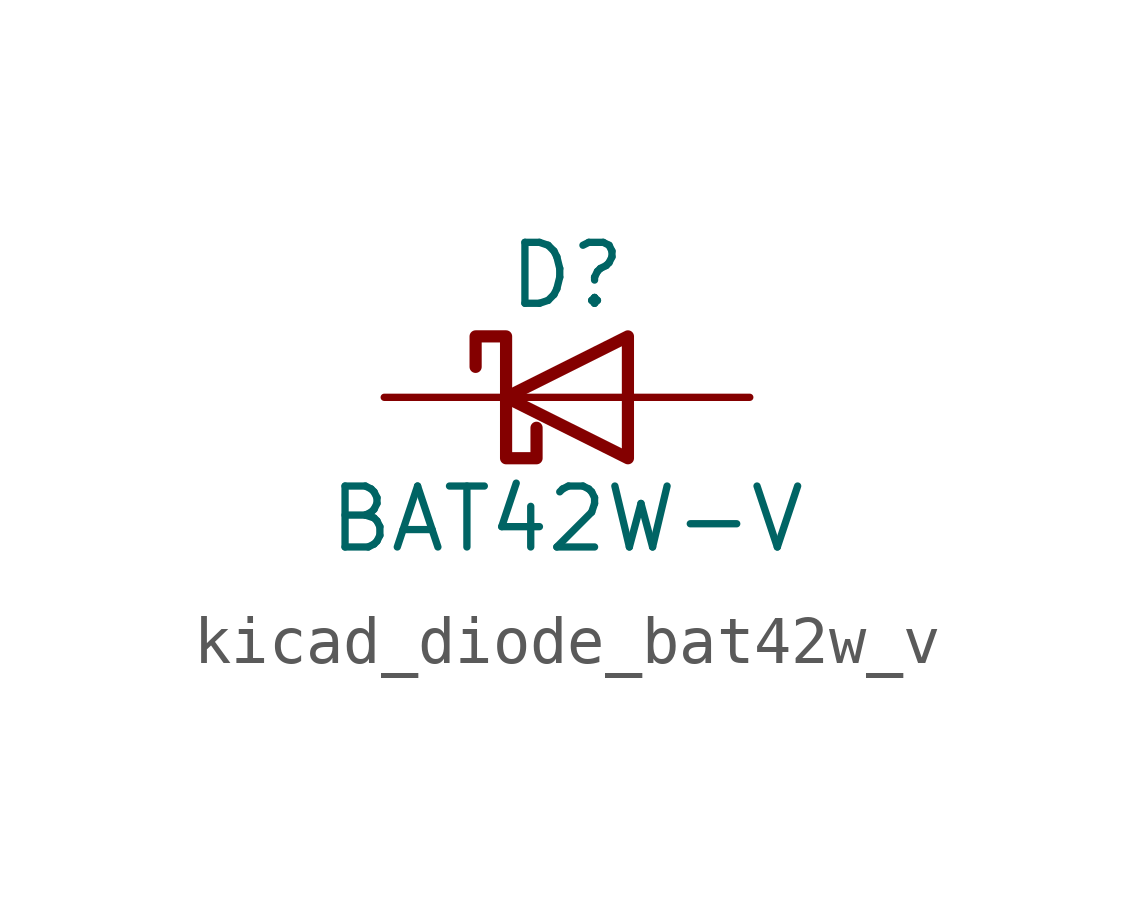
<source format=kicad_sym>
(kicad_symbol_lib
  (version 20220914)
  (generator kicad_symbol_editor)
  (symbol "kicad_diode_bat42w_v"
    (pin_numbers hide)
    (pin_names
      (offset 1.016) hide)
    (property "Reference" "D"
      (at 0 2.54 0)
      (effects (font (size 1.27 1.27))))
    (property "Value" "BAT42W-V"
      (at 0 -2.54 0)
      (effects (font (size 1.27 1.27))))
    (symbol "kicad_diode_bat42w_v_0_1"
      (polyline (pts (xy 1.27 0) (xy -1.27 0)) (stroke (width 0) (type default)) (fill (type none)))
      (polyline (pts (xy 1.27 1.27) (xy 1.27 -1.27) (xy -1.27 0) (xy 1.27 1.27)) (stroke (width 0.254) (type default)) (fill (type none)))
      (polyline (pts (xy -1.905 0.635) (xy -1.905 1.27) (xy -1.27 1.27) (xy -1.27 -1.27) (xy -0.635 -1.27) (xy -0.635 -0.635)) (stroke (width 0.254) (type default)) (fill (type none))))
    (symbol "kicad_diode_bat42w_v_1_1"
      (pin passive line (at -3.81 0 0) (length 2.54) (name "K" (effects (font (size 1.27 1.27)))) (number "1" (effects (font (size 1.27 1.27)))))
      (pin passive line (at 3.81 0 180) (length 2.54) (name "A" (effects (font (size 1.27 1.27)))) (number "2" (effects (font (size 1.27 1.27))))))))
</source>
